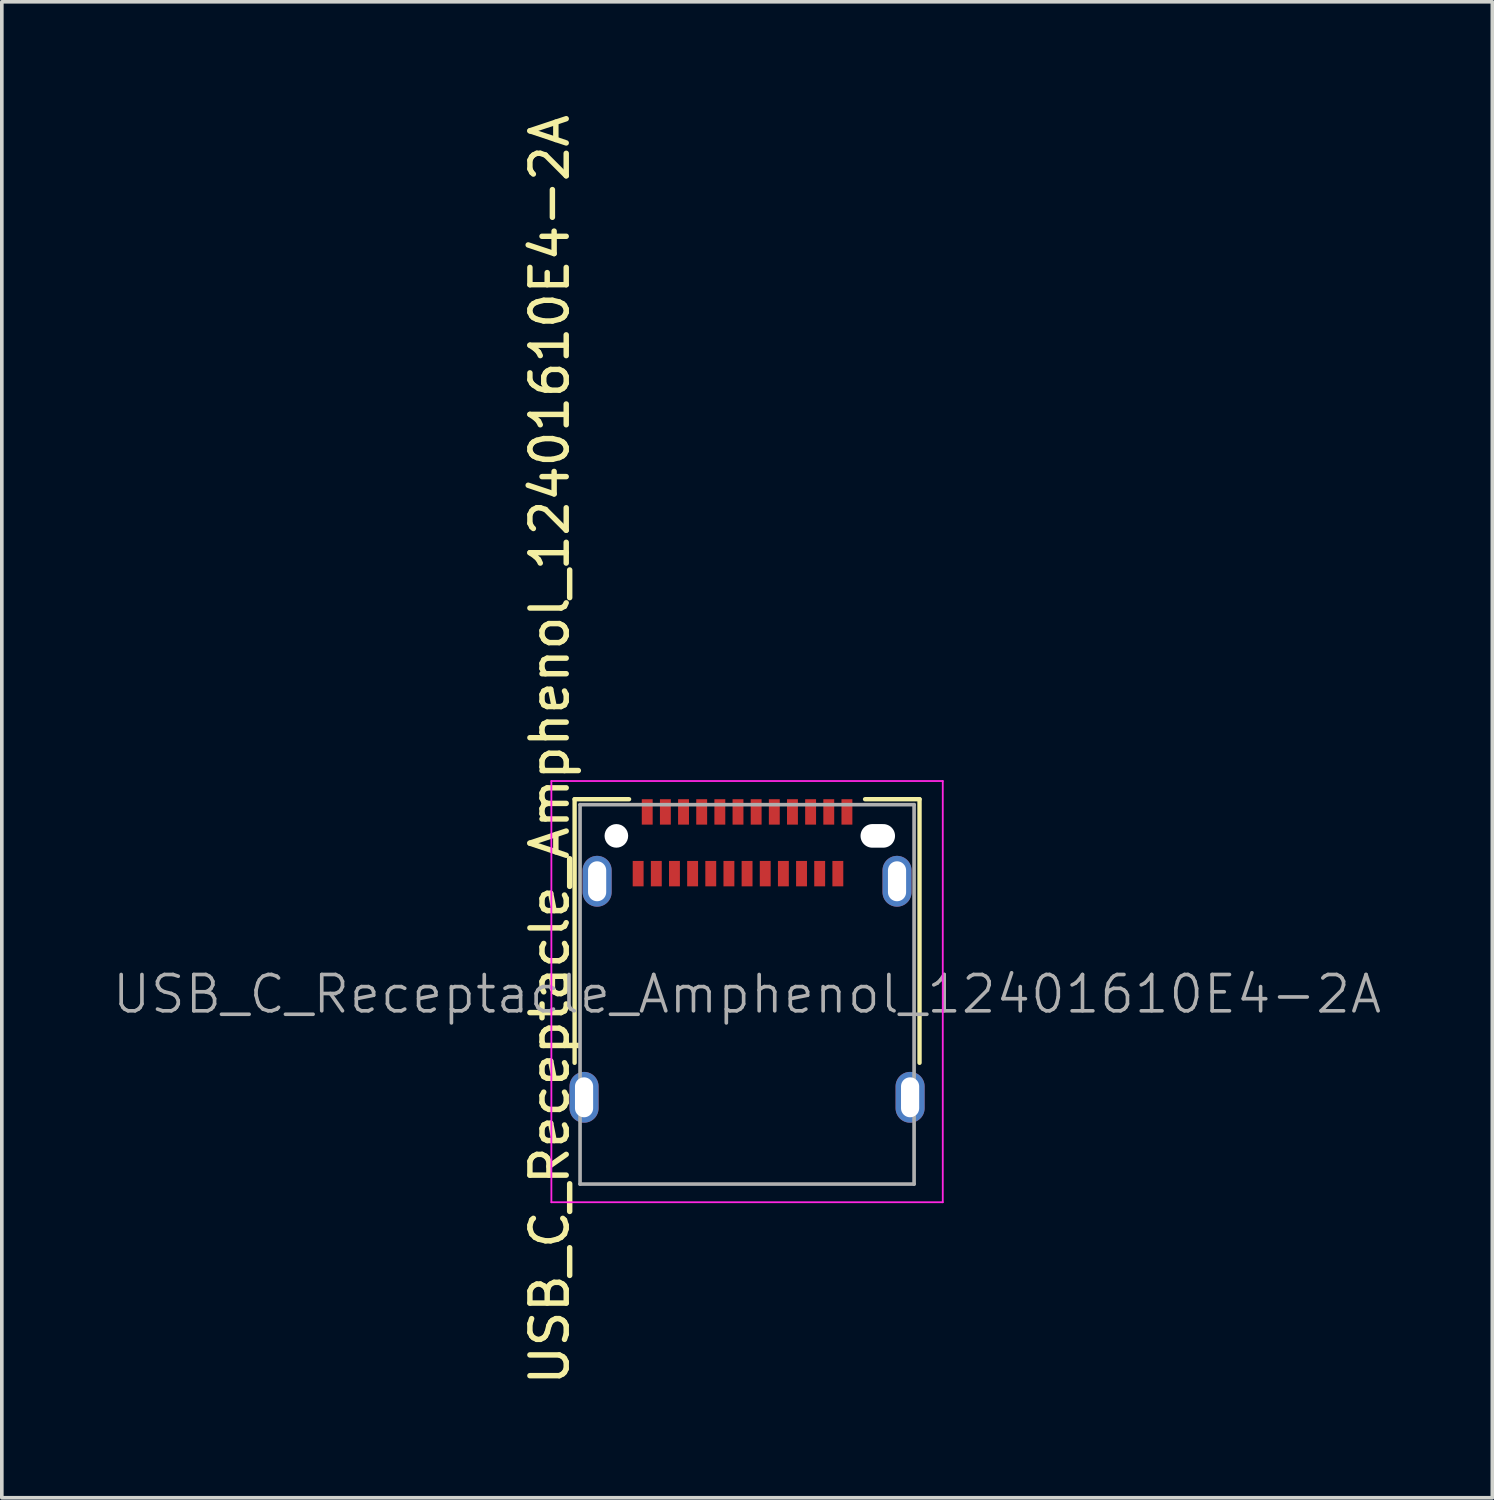
<source format=kicad_pcb>
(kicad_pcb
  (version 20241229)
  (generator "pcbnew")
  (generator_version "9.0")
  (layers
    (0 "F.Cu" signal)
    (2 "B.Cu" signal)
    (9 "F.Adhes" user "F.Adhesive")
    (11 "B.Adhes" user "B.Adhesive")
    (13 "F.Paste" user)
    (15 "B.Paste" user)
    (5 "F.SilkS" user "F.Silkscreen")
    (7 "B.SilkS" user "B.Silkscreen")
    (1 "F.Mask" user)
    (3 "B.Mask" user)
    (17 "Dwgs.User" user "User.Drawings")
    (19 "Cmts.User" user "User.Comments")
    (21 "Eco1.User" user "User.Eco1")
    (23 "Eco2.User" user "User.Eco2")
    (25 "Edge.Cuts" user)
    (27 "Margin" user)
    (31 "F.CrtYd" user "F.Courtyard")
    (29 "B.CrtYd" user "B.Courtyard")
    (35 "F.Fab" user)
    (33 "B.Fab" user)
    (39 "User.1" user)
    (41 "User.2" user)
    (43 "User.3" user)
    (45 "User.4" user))
  (footprint "USB_C_Receptacle_Amphenol_12401610E4-2A"
    (layer "F.Cu")
    (at 17.526 24.332)
    (property "Reference" "USB_C_Receptacle_Amphenol_12401610E4-2A" (at -5.436 -6.731 270) (layer "F.SilkS") (effects (font (size 1 1) (thickness 0.15))))
    (attr smd)
    (fp_line (start -4.75 -5.37) (end -4.75 1.89) (stroke (width 0.12) (type solid)) (layer "F.SilkS"))
    (fp_line (start -4.75 -5.37) (end -3.25 -5.37) (stroke (width 0.12) (type solid)) (layer "F.SilkS"))
    (fp_line (start 3.25 -5.37) (end 4.75 -5.37) (stroke (width 0.12) (type solid)) (layer "F.SilkS"))
    (fp_line (start 4.75 -5.37) (end 4.75 1.89) (stroke (width 0.12) (type solid)) (layer "F.SilkS"))
    (fp_line (start -5.39 -5.87) (end 5.39 -5.87) (stroke (width 0.05) (type solid)) (layer "F.CrtYd"))
    (fp_line (start -5.39 5.73) (end -5.39 -5.87) (stroke (width 0.05) (type solid)) (layer "F.CrtYd"))
    (fp_line (start 5.39 -5.87) (end 5.39 5.73) (stroke (width 0.05) (type solid)) (layer "F.CrtYd"))
    (fp_line (start 5.39 5.73) (end -5.39 5.73) (stroke (width 0.05) (type solid)) (layer "F.CrtYd"))
    (fp_line (start -4.6 -5.22) (end 4.6 -5.22) (stroke (width 0.1) (type solid)) (layer "F.Fab"))
    (fp_line (start -4.6 5.23) (end -4.6 -5.22) (stroke (width 0.1) (type solid)) (layer "F.Fab"))
    (fp_line (start -4.6 5.23) (end 4.6 5.23) (stroke (width 0.1) (type solid)) (layer "F.Fab"))
    (fp_line (start 4.6 5.23) (end 4.6 -5.22) (stroke (width 0.1) (type solid)) (layer "F.Fab"))
    (fp_text user "${REFERENCE}" (at 0 0 180) (layer "F.Fab") (effects (font (size 1 1) (thickness 0.1))))
    (pad "" np_thru_hole circle (at -3.6 -4.36) (size 0.65 0.65) (drill 0.65) (layers "*.Cu" "*.Mask"))
    (pad "" np_thru_hole oval (at 3.6 -4.36) (size 0.95 0.65) (drill oval 0.95 0.65) (layers "*.Cu" "*.Mask"))
    (pad "A1" smd rect (at -2.75 -5.02) (size 0.3 0.7) (layers "F.Cu" "F.Mask" "F.Paste"))
    (pad "A2" smd rect (at -2.25 -5.02) (size 0.3 0.7) (layers "F.Cu" "F.Mask" "F.Paste"))
    (pad "A3" smd rect (at -1.75 -5.02) (size 0.3 0.7) (layers "F.Cu" "F.Mask" "F.Paste"))
    (pad "A4" smd rect (at -1.25 -5.02) (size 0.3 0.7) (layers "F.Cu" "F.Mask" "F.Paste"))
    (pad "A5" smd rect (at -0.75 -5.02) (size 0.3 0.7) (layers "F.Cu" "F.Mask" "F.Paste"))
    (pad "A6" smd rect (at -0.25 -5.02) (size 0.3 0.7) (layers "F.Cu" "F.Mask" "F.Paste"))
    (pad "A7" smd rect (at 0.25 -5.02) (size 0.3 0.7) (layers "F.Cu" "F.Mask" "F.Paste"))
    (pad "A8" smd rect (at 0.75 -5.02) (size 0.3 0.7) (layers "F.Cu" "F.Mask" "F.Paste"))
    (pad "A9" smd rect (at 1.25 -5.02) (size 0.3 0.7) (layers "F.Cu" "F.Mask" "F.Paste"))
    (pad "A10" smd rect (at 1.75 -5.02) (size 0.3 0.7) (layers "F.Cu" "F.Mask" "F.Paste"))
    (pad "A11" smd rect (at 2.25 -5.02) (size 0.3 0.7) (layers "F.Cu" "F.Mask" "F.Paste"))
    (pad "A12" smd rect (at 2.75 -5.02) (size 0.3 0.7) (layers "F.Cu" "F.Mask" "F.Paste"))
    (pad "B1" smd rect (at 2.5 -3.32) (size 0.3 0.7) (layers "F.Cu" "F.Mask" "F.Paste"))
    (pad "B2" smd rect (at 2 -3.32) (size 0.3 0.7) (layers "F.Cu" "F.Mask" "F.Paste"))
    (pad "B3" smd rect (at 1.5 -3.32) (size 0.3 0.7) (layers "F.Cu" "F.Mask" "F.Paste"))
    (pad "B4" smd rect (at 1 -3.32) (size 0.3 0.7) (layers "F.Cu" "F.Mask" "F.Paste"))
    (pad "B5" smd rect (at 0.5 -3.32) (size 0.3 0.7) (layers "F.Cu" "F.Mask" "F.Paste"))
    (pad "B6" smd rect (at 0 -3.32) (size 0.3 0.7) (layers "F.Cu" "F.Mask" "F.Paste"))
    (pad "B7" smd rect (at -0.5 -3.32) (size 0.3 0.7) (layers "F.Cu" "F.Mask" "F.Paste"))
    (pad "B8" smd rect (at -1 -3.32) (size 0.3 0.7) (layers "F.Cu" "F.Mask" "F.Paste"))
    (pad "B9" smd rect (at -1.5 -3.32) (size 0.3 0.7) (layers "F.Cu" "F.Mask" "F.Paste"))
    (pad "B10" smd rect (at -2 -3.32) (size 0.3 0.7) (layers "F.Cu" "F.Mask" "F.Paste"))
    (pad "B11" smd rect (at -2.5 -3.32) (size 0.3 0.7) (layers "F.Cu" "F.Mask" "F.Paste"))
    (pad "B12" smd rect (at -3 -3.32) (size 0.3 0.7) (layers "F.Cu" "F.Mask" "F.Paste"))
    (pad "S1" thru_hole oval (at -4.49 2.84) (size 0.8 1.4) (drill oval 0.5 1.1) (layers "*.Cu" "*.Mask"))
    (pad "S1" thru_hole oval (at -4.13 -3.11) (size 0.8 1.4) (drill oval 0.5 1.1) (layers "*.Cu" "*.Mask"))
    (pad "S1" thru_hole oval (at 4.13 -3.11) (size 0.8 1.4) (drill oval 0.5 1.1) (layers "*.Cu" "*.Mask"))
    (pad "S1" thru_hole oval (at 4.49 2.84) (size 0.8 1.4) (drill oval 0.5 1.1) (layers "*.Cu" "*.Mask")))
  (gr_rect
    (start -3 -3)
    (end 38.052 38.202)
    (stroke (width 0.1) (type default))
    (fill no)
    (layer "Edge.Cuts")))
</source>
